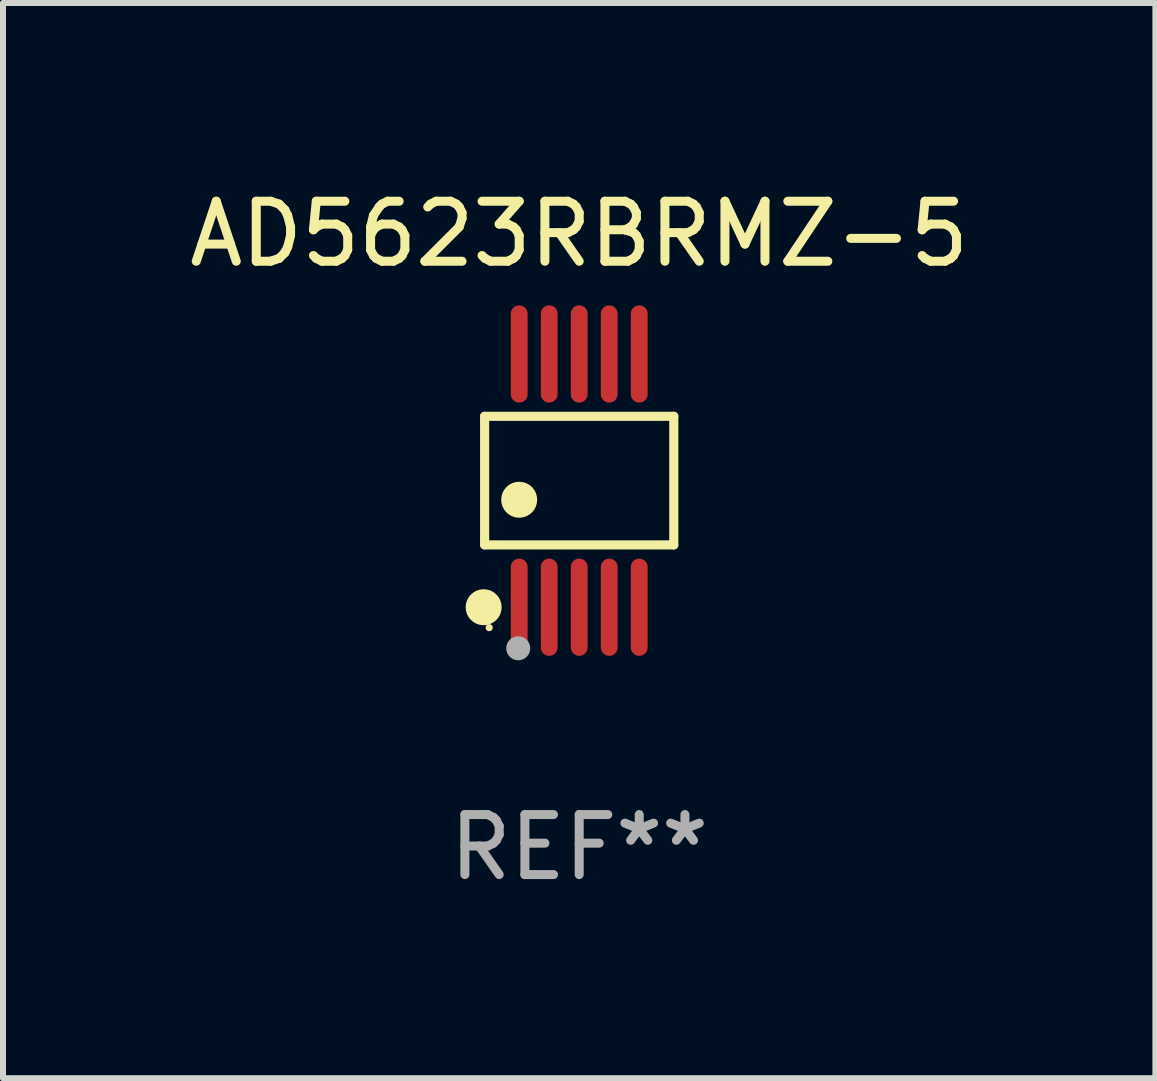
<source format=kicad_pcb>
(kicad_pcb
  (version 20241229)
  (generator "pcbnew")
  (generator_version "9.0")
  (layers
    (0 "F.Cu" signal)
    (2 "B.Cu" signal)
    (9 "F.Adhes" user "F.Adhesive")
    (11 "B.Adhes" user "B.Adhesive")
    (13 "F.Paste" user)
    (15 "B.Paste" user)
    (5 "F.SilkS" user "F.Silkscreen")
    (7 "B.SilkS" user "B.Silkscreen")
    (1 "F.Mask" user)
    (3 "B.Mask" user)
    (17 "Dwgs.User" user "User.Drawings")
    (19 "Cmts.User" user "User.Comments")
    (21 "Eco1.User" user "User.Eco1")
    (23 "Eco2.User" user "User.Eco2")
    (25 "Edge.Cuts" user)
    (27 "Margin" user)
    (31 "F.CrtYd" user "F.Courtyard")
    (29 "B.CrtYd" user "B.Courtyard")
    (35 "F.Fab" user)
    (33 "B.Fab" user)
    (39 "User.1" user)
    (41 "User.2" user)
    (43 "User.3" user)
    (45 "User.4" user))
  (footprint "AD5623RBRMZ-5"
    (layer "F.Cu")
    (at 6.601 4.958)
    (property "Reference" "AD5623RBRMZ-5" (at 0 -4.11 0) (layer "F.SilkS") (effects (font (size 1 1) (thickness 0.15))))
    (attr through_hole)
    (fp_line (start -1.576 -1.071) (end 1.576 -1.071) (stroke (width 0.152) (type solid)) (layer "F.SilkS"))
    (fp_line (start -1.576 1.071) (end -1.576 -1.071) (stroke (width 0.152) (type solid)) (layer "F.SilkS"))
    (fp_line (start 1.576 -1.071) (end 1.576 1.071) (stroke (width 0.152) (type solid)) (layer "F.SilkS"))
    (fp_line (start 1.576 1.071) (end -1.576 1.071) (stroke (width 0.152) (type solid)) (layer "F.SilkS"))
    (fp_circle (center -1.592 2.11) (end -1.442 2.11) (stroke (width 0.3) (type solid)) (fill no) (layer "F.SilkS"))
    (fp_circle (center -1.5 2.45) (end -1.47 2.45) (stroke (width 0.06) (type solid)) (fill no) (layer "F.SilkS"))
    (fp_circle (center -1 0.319) (end -0.85 0.319) (stroke (width 0.3) (type solid)) (fill no) (layer "F.SilkS"))
    (fp_circle (center -1.016 2.794) (end -0.916 2.794) (stroke (width 0.2) (type solid)) (fill no) (layer "F.Fab"))
    (fp_text user "REF**" (at 0 6.11 0) (layer "F.Fab") (effects (font (size 1 1) (thickness 0.15))))
    (pad "1" smd oval (at -1 2.11) (size 0.28 1.62) (layers "F.Cu" "F.Mask" "F.Paste"))
    (pad "2" smd oval (at -0.5 2.11) (size 0.28 1.62) (layers "F.Cu" "F.Mask" "F.Paste"))
    (pad "3" smd oval (at 0 2.11) (size 0.28 1.62) (layers "F.Cu" "F.Mask" "F.Paste"))
    (pad "4" smd oval (at 0.5 2.11) (size 0.28 1.62) (layers "F.Cu" "F.Mask" "F.Paste"))
    (pad "5" smd oval (at 1 2.11) (size 0.28 1.62) (layers "F.Cu" "F.Mask" "F.Paste"))
    (pad "6" smd oval (at 1 -2.11) (size 0.28 1.62) (layers "F.Cu" "F.Mask" "F.Paste"))
    (pad "7" smd oval (at 0.5 -2.11) (size 0.28 1.62) (layers "F.Cu" "F.Mask" "F.Paste"))
    (pad "8" smd oval (at 0 -2.11) (size 0.28 1.62) (layers "F.Cu" "F.Mask" "F.Paste"))
    (pad "9" smd oval (at -0.5 -2.11) (size 0.28 1.62) (layers "F.Cu" "F.Mask" "F.Paste"))
    (pad "10" smd oval (at -1 -2.11) (size 0.28 1.62) (layers "F.Cu" "F.Mask" "F.Paste")))
  (gr_rect
    (start -3 -3)
    (end 16.202 14.916)
    (stroke (width 0.1) (type default))
    (fill no)
    (layer "Edge.Cuts")))
</source>
